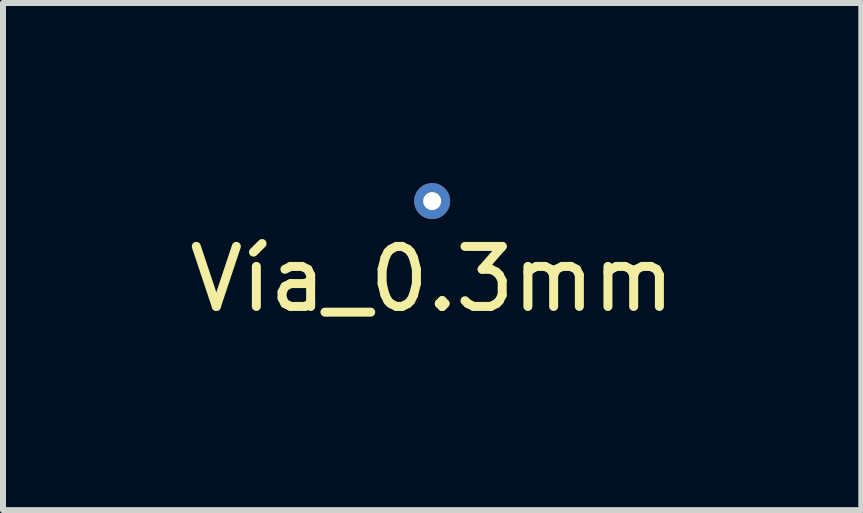
<source format=kicad_pcb>
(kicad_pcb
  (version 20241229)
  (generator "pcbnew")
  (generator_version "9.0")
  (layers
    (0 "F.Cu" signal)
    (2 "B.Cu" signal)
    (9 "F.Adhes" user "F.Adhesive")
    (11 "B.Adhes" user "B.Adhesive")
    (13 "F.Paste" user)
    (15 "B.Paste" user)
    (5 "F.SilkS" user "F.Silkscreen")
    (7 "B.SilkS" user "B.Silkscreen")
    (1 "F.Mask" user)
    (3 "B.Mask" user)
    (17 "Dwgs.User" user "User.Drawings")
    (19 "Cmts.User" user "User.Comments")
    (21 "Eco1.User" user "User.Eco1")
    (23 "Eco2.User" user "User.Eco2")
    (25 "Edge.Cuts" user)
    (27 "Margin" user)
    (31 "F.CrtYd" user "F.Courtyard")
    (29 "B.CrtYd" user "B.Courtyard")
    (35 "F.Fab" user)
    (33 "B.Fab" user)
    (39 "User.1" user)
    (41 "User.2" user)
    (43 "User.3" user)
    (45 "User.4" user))
  (footprint "Vía_0.3mm"
    (layer "F.Cu")
    (at 4.149 0.3)
    (property "Reference" "Vía_0.3mm" (at 0 1.3 0) (layer "F.SilkS") (effects (font (size 1 1) (thickness 0.15))))
    (attr through_hole)
    (pad "1" thru_hole circle (at 0 0) (size 0.6 0.6) (drill 0.3) (layers "*.Cu")))
  (gr_rect
    (start -3 -3)
    (end 11.298 5.448)
    (stroke (width 0.1) (type default))
    (fill no)
    (layer "Edge.Cuts")))
</source>
